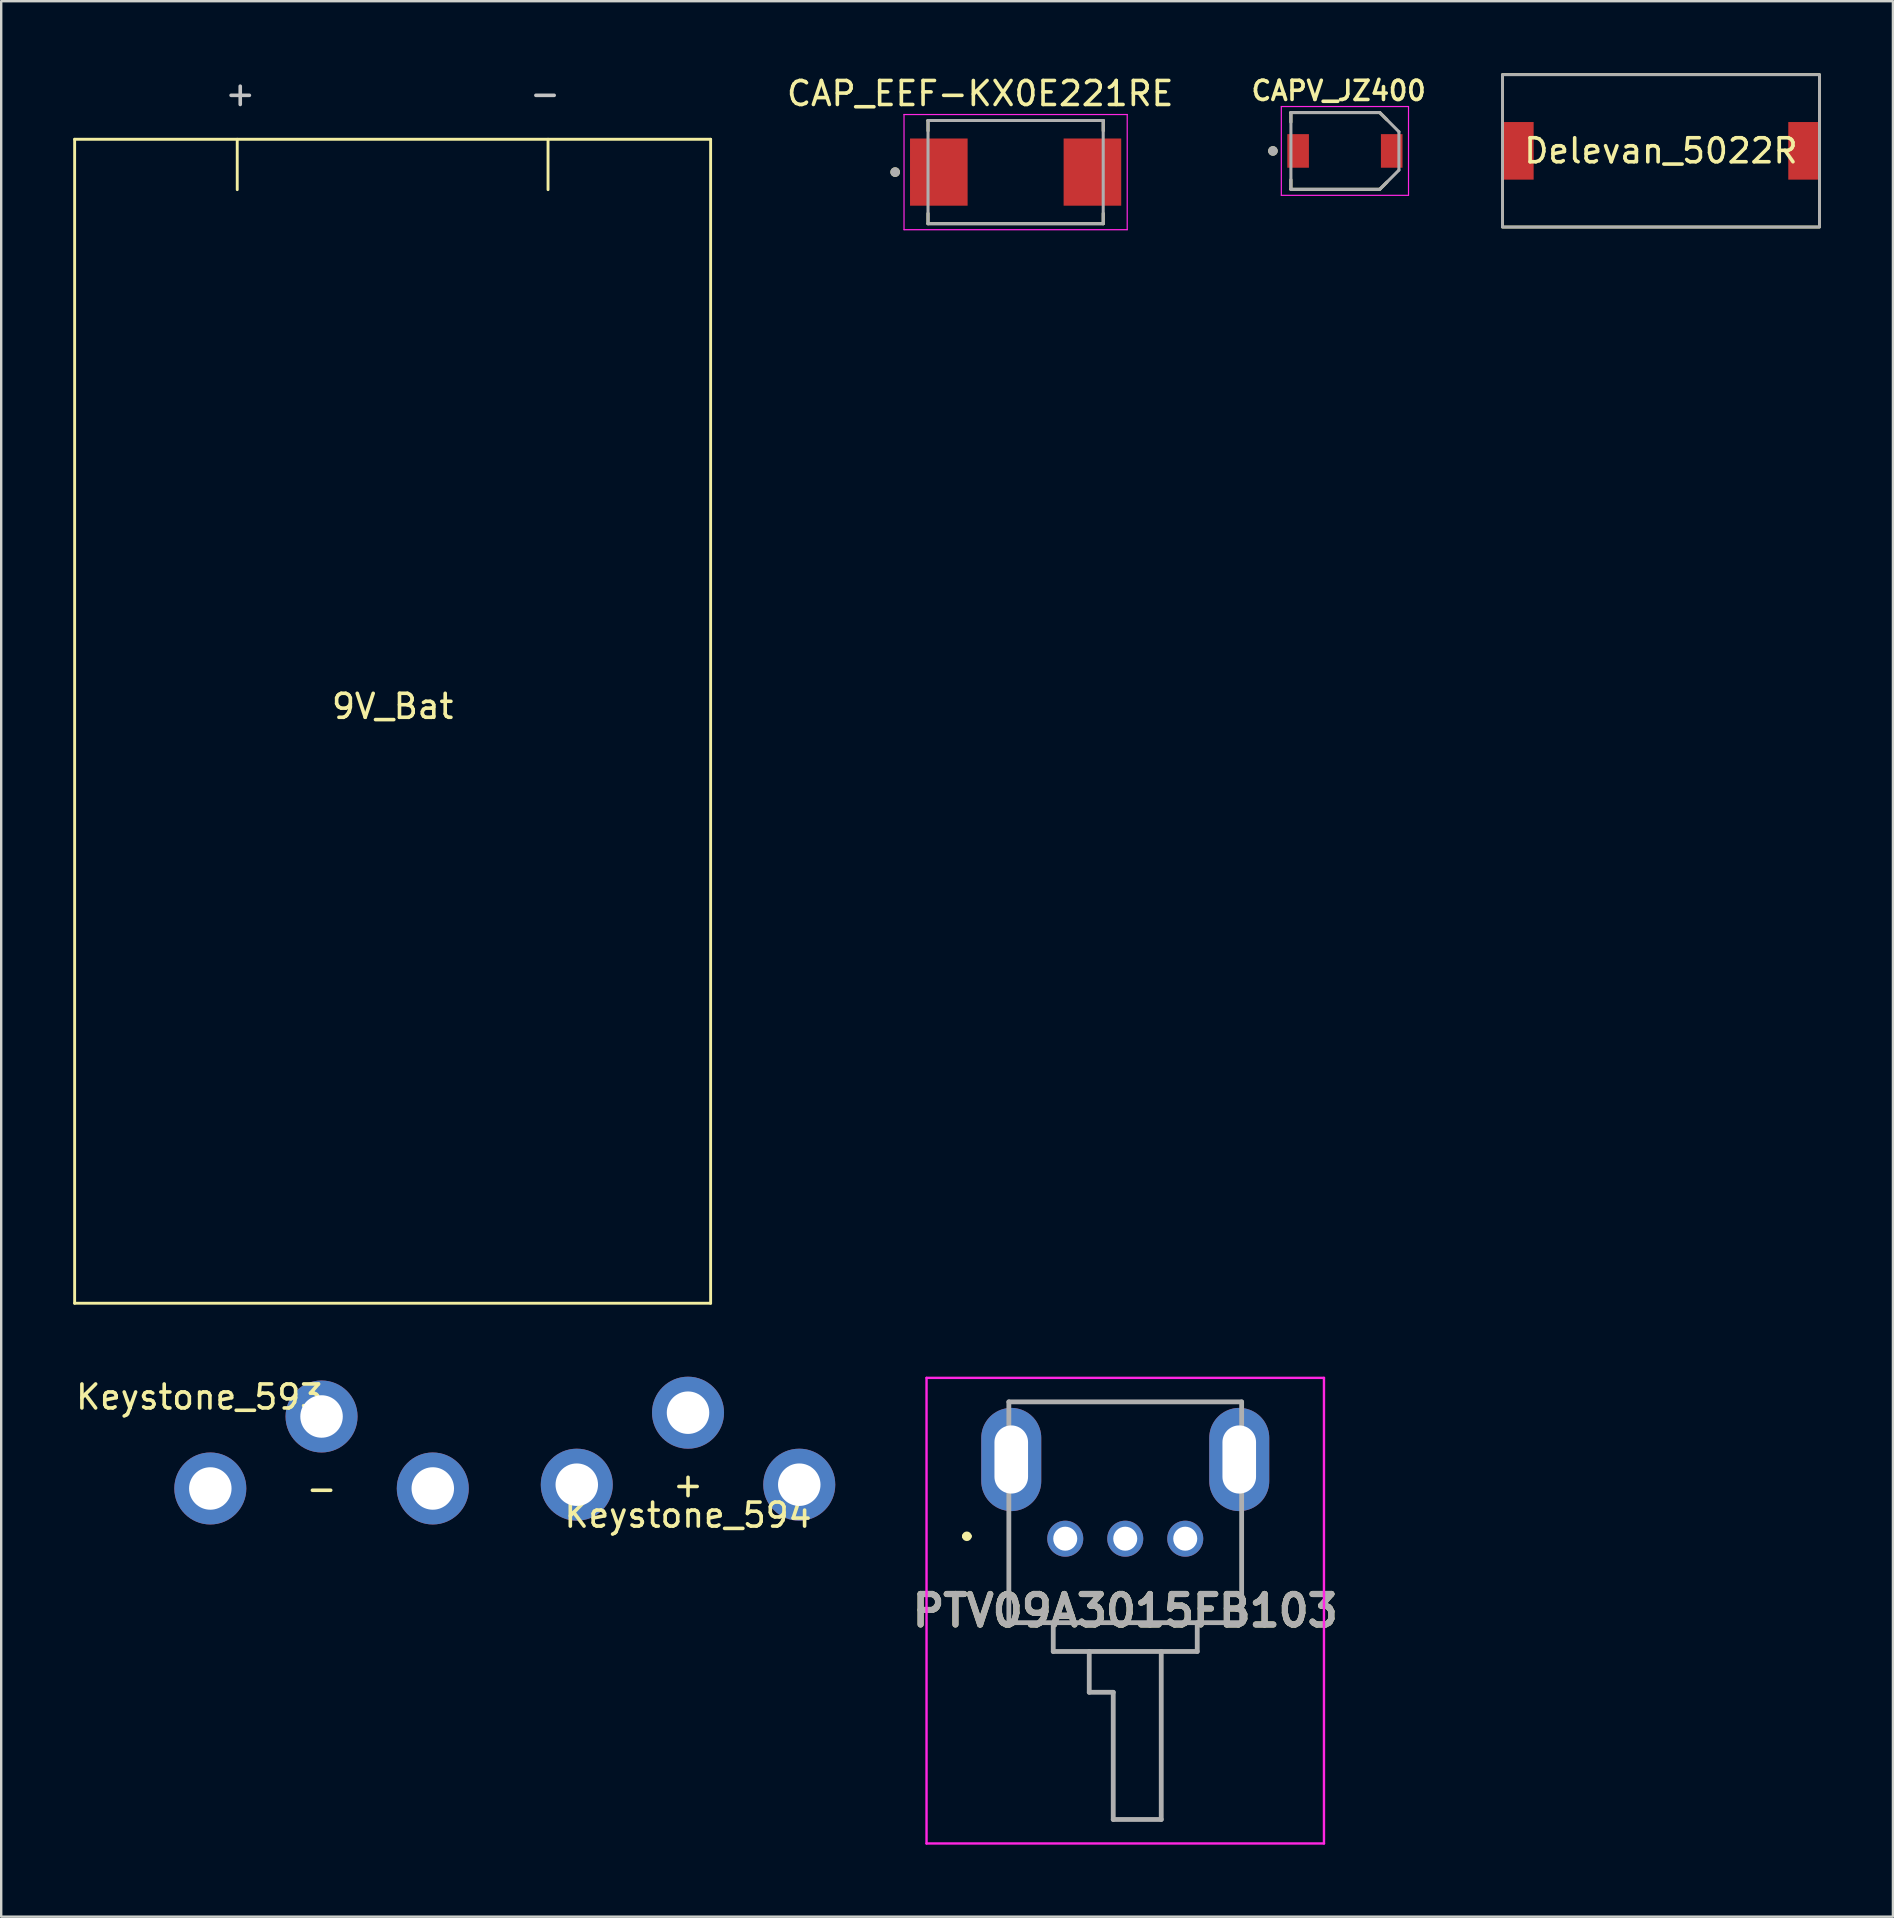
<source format=kicad_pcb>
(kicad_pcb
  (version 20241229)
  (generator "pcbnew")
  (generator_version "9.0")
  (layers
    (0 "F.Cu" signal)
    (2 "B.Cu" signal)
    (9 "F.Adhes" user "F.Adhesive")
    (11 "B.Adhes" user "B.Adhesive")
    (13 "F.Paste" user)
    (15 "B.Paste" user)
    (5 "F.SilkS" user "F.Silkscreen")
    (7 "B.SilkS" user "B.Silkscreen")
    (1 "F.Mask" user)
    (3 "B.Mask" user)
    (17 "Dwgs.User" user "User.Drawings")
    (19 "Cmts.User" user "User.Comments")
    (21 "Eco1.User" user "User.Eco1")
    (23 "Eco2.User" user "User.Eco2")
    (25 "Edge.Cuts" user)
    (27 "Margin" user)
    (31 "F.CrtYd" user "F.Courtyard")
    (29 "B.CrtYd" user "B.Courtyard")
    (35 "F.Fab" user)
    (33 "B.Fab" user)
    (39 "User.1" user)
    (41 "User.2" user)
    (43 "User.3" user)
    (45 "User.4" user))
  (footprint "Keystone_594"
    (layer "F.Cu")
    (at 25.618 58.813)
    (property "Reference" "Keystone_594" (at 0 1.27 0) (unlocked yes) (layer "F.SilkS") (effects (font (size 1 1) (thickness 0.15))))
    (property "Value" "+" (at 0 0 0) (unlocked yes) (layer "F.Fab") (hide yes) (effects (font (size 1 1) (thickness 0.15))))
    (attr smd)
    (fp_text user "${VALUE}" (at 0 0 0) (unlocked yes) (layer "F.SilkS") (effects (font (size 1 1) (thickness 0.15))))
    (pad "1" thru_hole circle (at -4.635 0) (size 3 3) (drill 1.77) (layers "*.Cu" "*.Mask"))
    (pad "1" thru_hole circle (at 0 -3) (size 3 3) (drill 1.77) (layers "*.Cu" "*.Mask"))
    (pad "1" thru_hole circle (at 4.635 0) (size 3 3) (drill 1.77) (layers "*.Cu" "*.Mask")))
  (footprint "9V_Bat"
    (layer "F.Cu")
    (at 13.31 26.883)
    (property "Reference" "9V_Bat" (at 0 -0.5 0) (unlocked yes) (layer "F.SilkS") (effects (font (size 1 1) (thickness 0.15))))
    (fp_line (start -13.25 -24.13) (end -13.25 24.37) (stroke (width 0.12) (type solid)) (layer "F.SilkS"))
    (fp_line (start -13.25 -24.13) (end 13.25 -24.13) (stroke (width 0.12) (type solid)) (layer "F.SilkS"))
    (fp_line (start -6.475 -24.13) (end -6.475 -22.03) (stroke (width 0.12) (type solid)) (layer "F.SilkS"))
    (fp_line (start 6.475 -24.13) (end 6.475 -22.03) (stroke (width 0.12) (type solid)) (layer "F.SilkS"))
    (fp_line (start 13.25 24.37) (end -13.25 24.37) (stroke (width 0.12) (type solid)) (layer "F.SilkS"))
    (fp_line (start 13.25 24.37) (end 13.25 -24.13) (stroke (width 0.12) (type solid)) (layer "F.SilkS"))
    (fp_text user "-" (at 6.35 -26.035 0) (unlocked yes) (layer "Dwgs.User") (effects (font (size 1 1) (thickness 0.15))))
    (fp_text user "+" (at -6.35 -26.035 0) (unlocked yes) (layer "Dwgs.User") (effects (font (size 1 1) (thickness 0.15)))))
  (footprint "PTV09A3015FB103"
    (layer "F.Cu")
    (at 43.836 61.063)
    (property "Reference" "PTV09A3015FB103" (at 0 3 0) (layer "F.SilkS") (effects (font (size 1.27 1.27) (thickness 0.254))))
    (attr through_hole)
    (fp_line (start -6.7 -0.1) (end -6.7 -0.1) (stroke (width 0.2) (type solid)) (layer "F.SilkS"))
    (fp_line (start -6.5 -0.1) (end -6.5 -0.1) (stroke (width 0.2) (type solid)) (layer "F.SilkS"))
    (fp_line (start -4.85 -0.6) (end -4.85 3.5) (stroke (width 0.1) (type solid)) (layer "F.SilkS"))
    (fp_line (start -4.85 3.5) (end 4.5 3.5) (stroke (width 0.1) (type solid)) (layer "F.SilkS"))
    (fp_line (start -4.5 -5.7) (end 4.5 -5.7) (stroke (width 0.1) (type solid)) (layer "F.SilkS"))
    (fp_line (start 4.5 3.5) (end 4.85 3.5) (stroke (width 0.1) (type solid)) (layer "F.SilkS"))
    (fp_line (start 4.85 3.5) (end 4.85 -0.6) (stroke (width 0.1) (type solid)) (layer "F.SilkS"))
    (fp_arc (start -6.7 -0.1) (mid -6.6 -0.2) (end -6.5 -0.1) (stroke (width 0.2) (type solid)) (layer "F.SilkS"))
    (fp_arc (start -6.5 -0.1) (mid -6.6 0) (end -6.7 -0.1) (stroke (width 0.2) (type solid)) (layer "F.SilkS"))
    (fp_line (start -8.28 -6.7) (end 8.28 -6.7) (stroke (width 0.1) (type solid)) (layer "F.CrtYd"))
    (fp_line (start -8.28 12.7) (end -8.28 -6.7) (stroke (width 0.1) (type solid)) (layer "F.CrtYd"))
    (fp_line (start 8.28 -6.7) (end 8.28 12.7) (stroke (width 0.1) (type solid)) (layer "F.CrtYd"))
    (fp_line (start 8.28 12.7) (end -8.28 12.7) (stroke (width 0.1) (type solid)) (layer "F.CrtYd"))
    (fp_line (start -4.85 -5.7) (end 4.85 -5.7) (stroke (width 0.2) (type solid)) (layer "F.Fab"))
    (fp_line (start -4.85 3.5) (end -4.85 -5.7) (stroke (width 0.2) (type solid)) (layer "F.Fab"))
    (fp_line (start -3 3.5) (end -3 4.7) (stroke (width 0.2) (type solid)) (layer "F.Fab"))
    (fp_line (start -3 4.7) (end 3 4.7) (stroke (width 0.2) (type solid)) (layer "F.Fab"))
    (fp_line (start -1.5 6.4) (end -1.5 4.7) (stroke (width 0.2) (type solid)) (layer "F.Fab"))
    (fp_line (start -0.5 6.4) (end -1.5 6.4) (stroke (width 0.2) (type solid)) (layer "F.Fab"))
    (fp_line (start -0.5 11.7) (end -0.5 6.4) (stroke (width 0.2) (type solid)) (layer "F.Fab"))
    (fp_line (start 1.5 4.7) (end 1.5 11.7) (stroke (width 0.2) (type solid)) (layer "F.Fab"))
    (fp_line (start 1.5 11.7) (end -0.5 11.7) (stroke (width 0.2) (type solid)) (layer "F.Fab"))
    (fp_line (start 3 4.7) (end 3 3.5) (stroke (width 0.2) (type solid)) (layer "F.Fab"))
    (fp_line (start 4.85 -5.7) (end 4.85 3.5) (stroke (width 0.2) (type solid)) (layer "F.Fab"))
    (fp_line (start 4.85 3.5) (end -4.85 3.5) (stroke (width 0.2) (type solid)) (layer "F.Fab"))
    (fp_text user "${REFERENCE}" (at 0 3 0) (layer "F.Fab") (effects (font (size 1.27 1.27) (thickness 0.254))))
    (pad "1" thru_hole circle (at -2.5 0) (size 1.5 1.5) (drill 1) (layers "*.Cu" "*.Mask"))
    (pad "2" thru_hole circle (at 0 0) (size 1.5 1.5) (drill 1) (layers "*.Cu" "*.Mask"))
    (pad "3" thru_hole circle (at 2.5 0) (size 1.5 1.5) (drill 1) (layers "*.Cu" "*.Mask"))
    (pad "MH1" thru_hole oval (at -4.75 -3.3) (size 2.5 4.3) (drill oval 1.4 2.84) (layers "*.Cu" "*.Mask"))
    (pad "MH2" thru_hole oval (at 4.75 -3.3) (size 2.5 4.3) (drill oval 1.4 2.84) (layers "*.Cu" "*.Mask")))
  (footprint "CAP_EEF-KX0E221RE"
    (layer "F.Cu")
    (at 39.268 4.121)
    (property "Reference" "CAP_EEF-KX0E221RE" (at -1.475 -3.273 0) (layer "F.SilkS") (effects (font (size 1 1) (thickness 0.15))))
    (attr through_hole)
    (fp_line (start -3.65 -2.15) (end -3.65 -1.72) (stroke (width 0.127) (type solid)) (layer "F.SilkS"))
    (fp_line (start -3.65 2.15) (end -3.65 1.72) (stroke (width 0.127) (type solid)) (layer "F.SilkS"))
    (fp_line (start -3.65 2.15) (end 3.65 2.15) (stroke (width 0.127) (type solid)) (layer "F.SilkS"))
    (fp_line (start 3.65 -2.15) (end -3.65 -2.15) (stroke (width 0.127) (type solid)) (layer "F.SilkS"))
    (fp_line (start 3.65 -1.72) (end 3.65 -2.15) (stroke (width 0.127) (type solid)) (layer "F.SilkS"))
    (fp_line (start 3.65 2.15) (end 3.65 1.72) (stroke (width 0.127) (type solid)) (layer "F.SilkS"))
    (fp_circle (center -5.019 0) (end -4.919 0) (stroke (width 0.2) (type solid)) (fill no) (layer "F.SilkS"))
    (fp_line (start -4.65 -2.4) (end -4.65 2.4) (stroke (width 0.05) (type solid)) (layer "F.CrtYd"))
    (fp_line (start -4.65 2.4) (end 4.65 2.4) (stroke (width 0.05) (type solid)) (layer "F.CrtYd"))
    (fp_line (start 4.65 -2.4) (end -4.65 -2.4) (stroke (width 0.05) (type solid)) (layer "F.CrtYd"))
    (fp_line (start 4.65 2.4) (end 4.65 -2.4) (stroke (width 0.05) (type solid)) (layer "F.CrtYd"))
    (fp_line (start -3.65 -2.15) (end -3.65 2.15) (stroke (width 0.127) (type solid)) (layer "F.Fab"))
    (fp_line (start -3.65 2.15) (end 3.65 2.15) (stroke (width 0.127) (type solid)) (layer "F.Fab"))
    (fp_line (start 3.65 -2.15) (end -3.65 -2.15) (stroke (width 0.127) (type solid)) (layer "F.Fab"))
    (fp_line (start 3.65 2.15) (end 3.65 -2.15) (stroke (width 0.127) (type solid)) (layer "F.Fab"))
    (fp_circle (center -5.019 0) (end -4.919 0) (stroke (width 0.2) (type solid)) (fill no) (layer "F.Fab"))
    (pad "1" smd rect (at -3.2 0) (size 2.4 2.8) (layers "F.Cu" "F.Mask" "F.Paste"))
    (pad "2" smd rect (at 3.2 0) (size 2.4 2.8) (layers "F.Cu" "F.Mask" "F.Paste")))
  (footprint "CAPV_JZ400"
    (layer "F.Cu")
    (at 52.989 3.239)
    (property "Reference" "CAPV_JZ400" (at -0.26 -2.508 0) (layer "F.SilkS") (effects (font (size 0.8 0.8) (thickness 0.15))))
    (attr through_hole)
    (fp_line (start -2.25 -1.6) (end -2.25 -1.2) (stroke (width 0.127) (type solid)) (layer "F.SilkS"))
    (fp_line (start -2.25 -1.6) (end 1.45 -1.6) (stroke (width 0.127) (type solid)) (layer "F.SilkS"))
    (fp_line (start -2.25 1.2) (end -2.25 1.6) (stroke (width 0.127) (type solid)) (layer "F.SilkS"))
    (fp_line (start 1.45 -1.6) (end 1.75 -1.3) (stroke (width 0.127) (type solid)) (layer "F.SilkS"))
    (fp_line (start 1.45 1.6) (end -2.25 1.6) (stroke (width 0.127) (type solid)) (layer "F.SilkS"))
    (fp_line (start 1.75 1.3) (end 1.45 1.6) (stroke (width 0.127) (type solid)) (layer "F.SilkS"))
    (fp_circle (center -3 0) (end -2.9 0) (stroke (width 0.2) (type solid)) (fill no) (layer "F.SilkS"))
    (fp_line (start -2.65 -1.85) (end -2.65 1.85) (stroke (width 0.05) (type solid)) (layer "F.CrtYd"))
    (fp_line (start -2.65 1.85) (end 2.65 1.85) (stroke (width 0.05) (type solid)) (layer "F.CrtYd"))
    (fp_line (start 2.65 -1.85) (end -2.65 -1.85) (stroke (width 0.05) (type solid)) (layer "F.CrtYd"))
    (fp_line (start 2.65 1.85) (end 2.65 -1.85) (stroke (width 0.05) (type solid)) (layer "F.CrtYd"))
    (fp_line (start -2.25 -1.6) (end -2.25 1.6) (stroke (width 0.127) (type solid)) (layer "F.Fab"))
    (fp_line (start -2.25 1.6) (end 1.45 1.6) (stroke (width 0.127) (type solid)) (layer "F.Fab"))
    (fp_line (start 1.45 -1.6) (end -2.25 -1.6) (stroke (width 0.127) (type solid)) (layer "F.Fab"))
    (fp_line (start 1.45 1.6) (end 2.25 0.8) (stroke (width 0.127) (type solid)) (layer "F.Fab"))
    (fp_line (start 2.25 -0.8) (end 1.45 -1.6) (stroke (width 0.127) (type solid)) (layer "F.Fab"))
    (fp_line (start 2.25 0.8) (end 2.25 -0.8) (stroke (width 0.127) (type solid)) (layer "F.Fab"))
    (fp_circle (center -3 0) (end -2.9 0) (stroke (width 0.2) (type solid)) (fill no) (layer "F.Fab"))
    (pad "1" smd rect (at -1.95 0) (size 0.9 1.4) (layers "F.Cu" "F.Mask" "F.Paste"))
    (pad "2" smd rect (at 1.95 0) (size 0.9 1.4) (layers "F.Cu" "F.Mask" "F.Paste")))
  (footprint "Keystone_593"
    (layer "F.Cu")
    (at 10.348 58.971)
    (property "Reference" "Keystone_593" (at -5.08 -3.81 0) (unlocked yes) (layer "F.SilkS") (effects (font (size 1 1) (thickness 0.15))))
    (property "Value" "-" (at 0 0 0) (unlocked yes) (layer "F.Fab") (hide yes) (effects (font (size 1 1) (thickness 0.15))))
    (attr smd)
    (fp_text user "${VALUE}" (at 0 0 0) (unlocked yes) (layer "F.SilkS") (effects (font (size 1 1) (thickness 0.15))))
    (pad "1" thru_hole circle (at -4.635 0) (size 3 3) (drill 1.77) (layers "*.Cu" "*.Mask"))
    (pad "1" thru_hole circle (at 0 -3) (size 3 3) (drill 1.77) (layers "*.Cu" "*.Mask"))
    (pad "1" thru_hole circle (at 4.635 0) (size 3 3) (drill 1.77) (layers "*.Cu" "*.Mask")))
  (footprint "Delevan_5022R"
    (layer "F.Cu")
    (at 66.158 3.235)
    (property "Reference" "Delevan_5022R" (at 0 0 0) (layer "F.SilkS") (effects (font (size 1 1) (thickness 0.15))))
    (attr smd)
    (fp_rect (start -6.605 -3.175) (end 6.605 3.175) (stroke (width 0.12) (type solid)) (fill no) (layer "F.SilkS"))
    (fp_rect (start -6.605 -3.175) (end 6.605 3.175) (stroke (width 0.12) (type solid)) (fill no) (layer "F.Fab"))
    (pad "2" smd rect (at -5.955 0 270) (size 2.4 1.3) (layers "F.Cu" "F.Mask" "F.Paste"))
    (pad "2" smd rect (at 5.955 0 270) (size 2.4 1.3) (layers "F.Cu" "F.Mask" "F.Paste")))
  (gr_rect
    (start -3 -3)
    (end 75.823 76.813)
    (stroke (width 0.1) (type default))
    (fill no)
    (layer "Edge.Cuts")))
</source>
